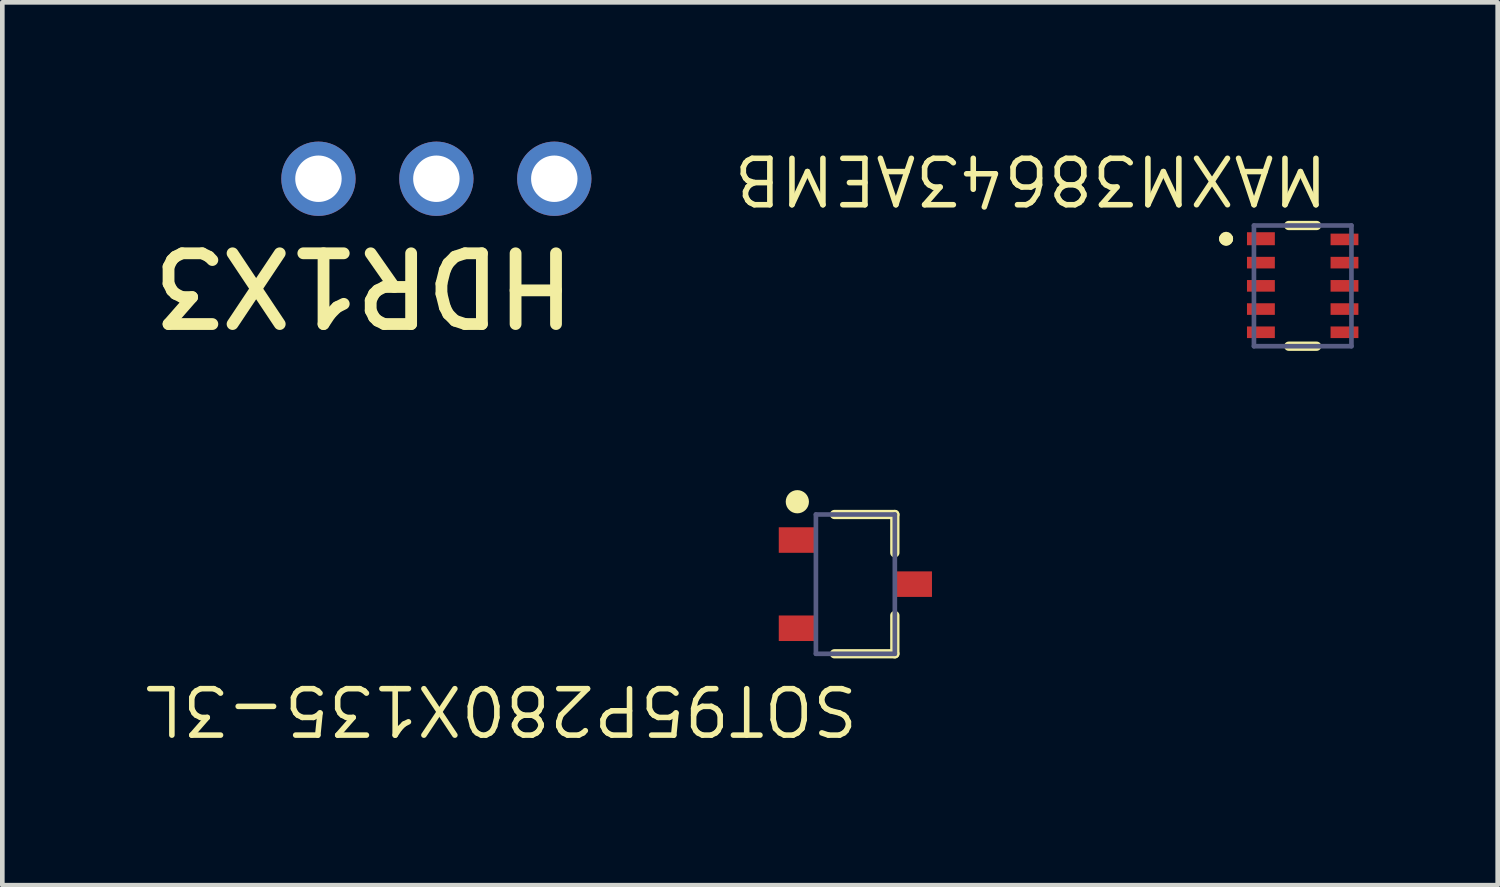
<source format=kicad_pcb>
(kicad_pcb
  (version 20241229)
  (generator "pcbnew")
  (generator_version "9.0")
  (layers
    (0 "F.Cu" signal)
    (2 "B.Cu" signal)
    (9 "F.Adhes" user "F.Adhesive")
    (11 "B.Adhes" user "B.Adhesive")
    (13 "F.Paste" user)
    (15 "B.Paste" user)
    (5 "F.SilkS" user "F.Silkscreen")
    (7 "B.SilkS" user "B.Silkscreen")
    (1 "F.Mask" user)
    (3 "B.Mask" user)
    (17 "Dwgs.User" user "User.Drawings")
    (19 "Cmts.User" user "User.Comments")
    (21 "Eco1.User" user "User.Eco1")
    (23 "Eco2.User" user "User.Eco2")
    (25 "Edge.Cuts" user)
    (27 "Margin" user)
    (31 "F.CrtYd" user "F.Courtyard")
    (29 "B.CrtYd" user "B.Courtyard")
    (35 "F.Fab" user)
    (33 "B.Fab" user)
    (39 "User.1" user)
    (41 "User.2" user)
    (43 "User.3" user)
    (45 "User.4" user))
  (footprint "HDR1X3"
    (layer "F.Cu")
    (at 6.349 0.8)
    (property "Reference" "HDR1X3" (at 3.107 1.406 180) (unlocked yes) (layer "F.SilkS") (effects (font (size 1.524 1.524) (thickness 0.254)) (justify left bottom)))
    (pad "1" thru_hole circle (at -2.54 0) (size 1.6 1.6) (drill 1) (layers "*.Cu" "*.Mask"))
    (pad "2" thru_hole circle (at 0 0) (size 1.6 1.6) (drill 1) (layers "*.Cu" "*.Mask"))
    (pad "3" thru_hole circle (at 2.54 0) (size 1.6 1.6) (drill 1) (layers "*.Cu" "*.Mask")))
  (footprint "MAXM38643AEMB"
    (layer "F.Cu")
    (at 25.009 3.107)
    (property "Reference" "MAXM38643AEMB" (at 0.602 -2.876 180) (unlocked yes) (layer "F.SilkS") (effects (font (size 1 1) (thickness 0.12)) (justify left bottom)))
    (fp_line (start 0.3 -1.3) (end -0.3 -1.3) (stroke (width 0.2) (type solid)) (layer "F.SilkS"))
    (fp_line (start 0.3 1.3) (end -0.3 1.3) (stroke (width 0.2) (type solid)) (layer "F.SilkS"))
    (fp_arc (start -1.7 -1.015) (mid -1.65 -1.065) (end -1.6 -1.015) (stroke (width 0.2) (type solid)) (layer "F.SilkS"))
    (fp_arc (start -1.6 -1.015) (mid -1.65 -0.965) (end -1.7 -1.015) (stroke (width 0.2) (type solid)) (layer "F.SilkS"))
    (fp_arc (start -1.6 -1.015) (mid -1.65 -0.965) (end -1.7 -1.015) (stroke (width 0.2) (type solid)) (layer "F.SilkS"))
    (fp_line (start -1.05 -1.3) (end -1.05 1.3) (stroke (width 0.1) (type solid)) (layer "B.Fab"))
    (fp_line (start 1.05 -1.3) (end -1.05 -1.3) (stroke (width 0.1) (type solid)) (layer "B.Fab"))
    (fp_line (start 1.05 -1.3) (end 1.05 1.3) (stroke (width 0.1) (type solid)) (layer "B.Fab"))
    (fp_line (start 1.05 1.3) (end -1.05 1.3) (stroke (width 0.1) (type solid)) (layer "B.Fab"))
    (pad "1" smd rect (at -0.9 -1.015) (size 0.6 0.28) (layers "F.Cu" "F.Mask" "F.Paste"))
    (pad "2" smd rect (at -0.9 -0.5) (size 0.6 0.25) (layers "F.Cu" "F.Mask" "F.Paste"))
    (pad "3" smd rect (at -0.9 0) (size 0.6 0.25) (layers "F.Cu" "F.Mask" "F.Paste"))
    (pad "4" smd rect (at -0.9 0.5) (size 0.6 0.25) (layers "F.Cu" "F.Mask" "F.Paste"))
    (pad "5" smd rect (at -0.9 1) (size 0.6 0.25) (layers "F.Cu" "F.Mask" "F.Paste"))
    (pad "6" smd rect (at 0.9 1) (size 0.6 0.25) (layers "F.Cu" "F.Mask" "F.Paste"))
    (pad "7" smd rect (at 0.9 0.5) (size 0.6 0.25) (layers "F.Cu" "F.Mask" "F.Paste"))
    (pad "8" smd rect (at 0.9 0) (size 0.6 0.25) (layers "F.Cu" "F.Mask" "F.Paste"))
    (pad "9" smd rect (at 0.9 -0.5) (size 0.6 0.25) (layers "F.Cu" "F.Mask" "F.Paste"))
    (pad "10" smd rect (at 0.9 -1) (size 0.6 0.25) (layers "F.Cu" "F.Mask" "F.Paste")))
  (footprint "SOT95P280X135-3L"
    (layer "F.Cu")
    (at 15.374 9.532)
    (property "Reference" "SOT95P280X135-3L" (at 0.119 2.123 180) (unlocked yes) (layer "F.SilkS") (effects (font (size 1 1) (thickness 0.12)) (justify left bottom)))
    (fp_line (start 0.85 -1.5) (end -0.45 -1.5) (stroke (width 0.2) (type solid)) (layer "F.SilkS"))
    (fp_line (start 0.85 -0.675) (end 0.85 -1.5) (stroke (width 0.2) (type solid)) (layer "F.SilkS"))
    (fp_line (start 0.85 1.5) (end -0.45 1.5) (stroke (width 0.2) (type solid)) (layer "F.SilkS"))
    (fp_line (start 0.85 1.5) (end 0.85 0.675) (stroke (width 0.2) (type solid)) (layer "F.SilkS"))
    (fp_circle (center -1.25 -1.775) (end -1.375 -1.775) (stroke (width 0.25) (type solid)) (fill no) (layer "F.SilkS"))
    (fp_line (start -0.85 1.5) (end -0.85 -1.5) (stroke (width 0.1) (type solid)) (layer "B.Fab"))
    (fp_line (start 0.85 -1.5) (end -0.85 -1.5) (stroke (width 0.1) (type solid)) (layer "B.Fab"))
    (fp_line (start 0.85 1.5) (end -0.85 1.5) (stroke (width 0.1) (type solid)) (layer "B.Fab"))
    (fp_line (start 0.85 1.5) (end 0.85 -1.5) (stroke (width 0.1) (type solid)) (layer "B.Fab"))
    (fp_line (start -1.75 1.6) (end -1.75 -1.6) (stroke (width 0.05) (type solid)) (layer "User.13"))
    (fp_line (start 0 0.5) (end 0 -0.5) (stroke (width 0.1) (type solid)) (layer "User.13"))
    (fp_line (start 0.5 0) (end -0.5 0) (stroke (width 0.1) (type solid)) (layer "User.13"))
    (fp_line (start 1.75 -1.6) (end -1.75 -1.6) (stroke (width 0.05) (type solid)) (layer "User.13"))
    (fp_line (start 1.75 1.6) (end -1.75 1.6) (stroke (width 0.05) (type solid)) (layer "User.13"))
    (fp_line (start 1.75 1.6) (end 1.75 -1.6) (stroke (width 0.05) (type solid)) (layer "User.13"))
    (pad "1" smd rect (at -1.25 -0.95 90) (size 0.55 0.8) (layers "F.Cu" "F.Mask" "F.Paste"))
    (pad "2" smd rect (at -1.25 0.95 90) (size 0.55 0.8) (layers "F.Cu" "F.Mask" "F.Paste"))
    (pad "3" smd rect (at 1.25 0 90) (size 0.55 0.8) (layers "F.Cu" "F.Mask" "F.Paste")))
  (gr_rect
    (start -3 -3)
    (end 29.209 16.016)
    (stroke (width 0.1) (type default))
    (fill no)
    (layer "Edge.Cuts")))
</source>
